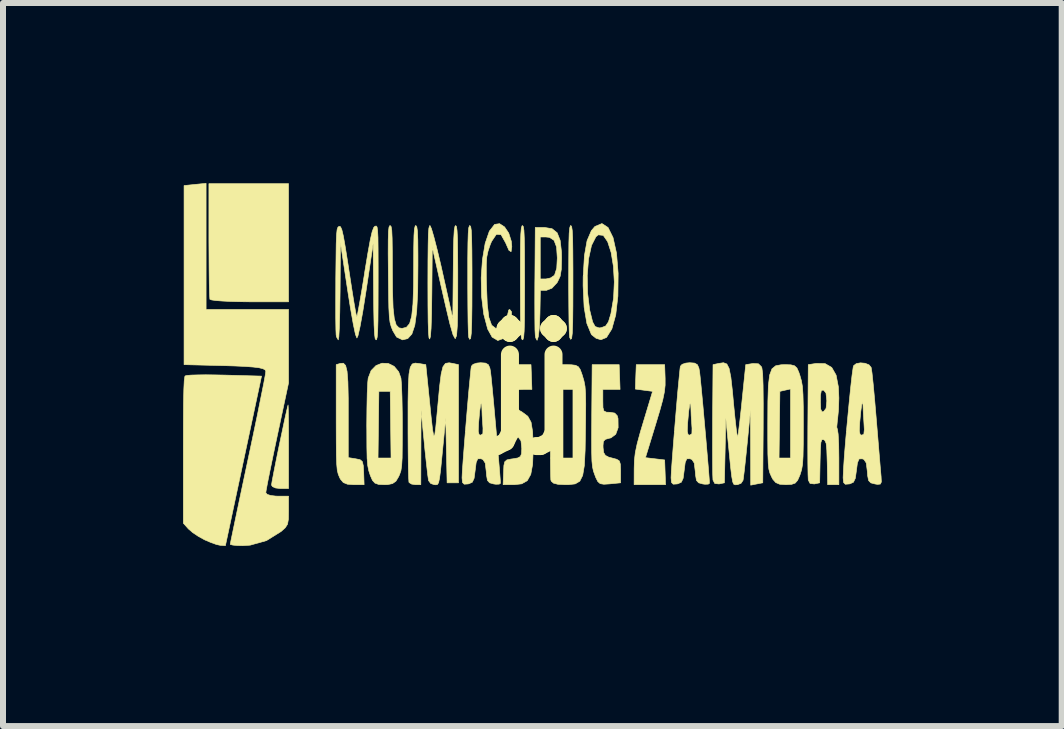
<source format=kicad_pcb>
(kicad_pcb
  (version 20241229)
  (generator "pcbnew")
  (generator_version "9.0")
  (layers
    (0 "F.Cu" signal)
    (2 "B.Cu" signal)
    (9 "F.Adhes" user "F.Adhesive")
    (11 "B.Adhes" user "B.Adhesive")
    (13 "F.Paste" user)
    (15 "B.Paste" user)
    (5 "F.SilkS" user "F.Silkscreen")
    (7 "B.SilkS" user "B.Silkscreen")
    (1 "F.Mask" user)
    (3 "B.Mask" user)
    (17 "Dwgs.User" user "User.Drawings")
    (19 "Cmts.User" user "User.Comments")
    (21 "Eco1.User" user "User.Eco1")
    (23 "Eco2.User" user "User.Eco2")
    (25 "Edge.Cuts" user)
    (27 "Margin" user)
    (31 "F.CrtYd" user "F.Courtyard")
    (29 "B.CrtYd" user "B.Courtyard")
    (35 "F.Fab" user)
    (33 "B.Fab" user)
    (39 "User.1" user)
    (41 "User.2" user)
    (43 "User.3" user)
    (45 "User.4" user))
  (footprint "jj"
    (layer "F.Cu")
    (at 5.81 3.185)
    (property "Reference" "jj" (at 0 0 0) (layer "F.SilkS") (effects (font (size 1.524 1.524) (thickness 0.3))))
    (attr through_hole)
    (fp_poly (pts (xy -4.052 -1.206) (xy -4.699 -1.206) (xy -4.87 -1.208) (xy -5.025 -1.212) (xy -5.158 -1.219) (xy -5.263 -1.227) (xy -5.333 -1.237) (xy -5.362 -1.248) (xy -5.363 -1.249) (xy -5.368 -1.324) (xy -5.373 -1.503) (xy -5.376 -1.762) (xy -5.378 -2.078) (xy -5.379 -2.233) (xy -5.379 -3.175) (xy -4.052 -3.175) (xy -4.052 -1.206)) (stroke (width 0.01) (type solid)) (fill yes) (layer "F.SilkS"))
    (fp_poly (pts (xy -4.057 0.562) (xy -4.054 0.713) (xy -4.052 0.942) (xy -4.052 1.196) (xy -4.052 1.905) (xy -4.194 1.905) (xy -4.269 1.896) (xy -4.32 1.873) (xy -4.336 1.847) (xy -4.325 1.778) (xy -4.296 1.626) (xy -4.255 1.42) (xy -4.207 1.185) (xy -4.157 0.949) (xy -4.113 0.74) (xy -4.078 0.585) (xy -4.06 0.513) (xy -4.057 0.562)) (stroke (width 0.01) (type solid)) (fill yes) (layer "F.SilkS"))
    (fp_poly (pts (xy -1.017 -2.459) (xy -1.007 -2.396) (xy -1.001 -2.268) (xy -0.997 -2.059) (xy -0.995 -1.75) (xy -0.995 -1.524) (xy -0.996 -1.134) (xy -1 -0.858) (xy -1.007 -0.683) (xy -1.018 -0.595) (xy -1.034 -0.581) (xy -1.05 -0.614) (xy -1.056 -0.689) (xy -1.061 -0.868) (xy -1.064 -1.126) (xy -1.066 -1.439) (xy -1.066 -1.566) (xy -1.066 -1.93) (xy -1.063 -2.184) (xy -1.058 -2.348) (xy -1.05 -2.438) (xy -1.037 -2.474) (xy -1.031 -2.477) (xy -1.017 -2.459)) (stroke (width 0.01) (type solid)) (fill yes) (layer "F.SilkS"))
    (fp_poly (pts (xy 0.665 -2.459) (xy 0.675 -2.396) (xy 0.682 -2.268) (xy 0.685 -2.059) (xy 0.687 -1.75) (xy 0.687 -1.524) (xy 0.686 -1.134) (xy 0.683 -0.858) (xy 0.676 -0.683) (xy 0.665 -0.595) (xy 0.648 -0.581) (xy 0.632 -0.614) (xy 0.626 -0.689) (xy 0.621 -0.868) (xy 0.618 -1.126) (xy 0.616 -1.439) (xy 0.616 -1.566) (xy 0.617 -1.93) (xy 0.619 -2.184) (xy 0.624 -2.348) (xy 0.633 -2.438) (xy 0.645 -2.474) (xy 0.652 -2.477) (xy 0.665 -2.459)) (stroke (width 0.01) (type solid)) (fill yes) (layer "F.SilkS"))
    (fp_poly (pts (xy 2.223 0.071) (xy 2.223 0.184) (xy 2.211 0.294) (xy 2.184 0.425) (xy 2.135 0.603) (xy 2.062 0.846) (xy 1.895 1.391) (xy 2.055 1.41) (xy 2.215 1.429) (xy 2.23 1.841) (xy 1.706 1.841) (xy 1.707 1.572) (xy 1.711 1.434) (xy 1.726 1.306) (xy 1.757 1.159) (xy 1.81 0.964) (xy 1.861 0.794) (xy 2.014 0.286) (xy 1.87 0.267) (xy 1.727 0.248) (xy 1.734 0.044) (xy 1.742 -0.159) (xy 2.215 -0.159) (xy 2.223 0.071)) (stroke (width 0.01) (type solid)) (fill yes) (layer "F.SilkS"))
    (fp_poly (pts (xy -0.14 -2.459) (xy -0.13 -2.396) (xy -0.124 -2.268) (xy -0.12 -2.059) (xy -0.119 -1.75) (xy -0.118 -1.524) (xy -0.119 -1.151) (xy -0.121 -0.888) (xy -0.126 -0.716) (xy -0.134 -0.618) (xy -0.146 -0.577) (xy -0.154 -0.572) (xy -0.168 -0.589) (xy -0.178 -0.652) (xy -0.184 -0.78) (xy -0.188 -0.989) (xy -0.189 -1.298) (xy -0.19 -1.524) (xy -0.189 -1.897) (xy -0.187 -2.16) (xy -0.182 -2.332) (xy -0.174 -2.43) (xy -0.162 -2.471) (xy -0.154 -2.477) (xy -0.14 -2.459)) (stroke (width 0.01) (type solid)) (fill yes) (layer "F.SilkS"))
    (fp_poly (pts (xy -5.278 0.012) (xy -5.124 0.015) (xy -4.502 0.032) (xy -4.803 1.445) (xy -5.104 2.857) (xy -5.188 2.852) (xy -5.253 2.838) (xy -5.345 2.805) (xy -5.446 2.762) (xy -5.456 2.757) (xy -5.557 2.701) (xy -5.651 2.638) (xy -5.718 2.58) (xy -5.723 2.575) (xy -5.805 2.483) (xy -5.805 1.271) (xy -5.804 0.823) (xy -5.802 0.488) (xy -5.797 0.255) (xy -5.79 0.109) (xy -5.78 0.039) (xy -5.775 0.029) (xy -5.744 0.021) (xy -5.672 0.015) (xy -5.566 0.012) (xy -5.433 0.01) (xy -5.278 0.012)) (stroke (width 0.01) (type solid)) (fill yes) (layer "F.SilkS"))
    (fp_poly (pts (xy -3.101 -0.145) (xy -3.077 -0.048) (xy -3.063 0.128) (xy -3.057 0.4) (xy -3.057 0.671) (xy -3.057 1.39) (xy -2.932 1.41) (xy -2.86 1.425) (xy -2.822 1.457) (xy -2.806 1.527) (xy -2.8 1.635) (xy -2.793 1.841) (xy -2.969 1.841) (xy -3.072 1.833) (xy -3.14 1.805) (xy -3.188 1.748) (xy -3.202 1.72) (xy -3.224 1.666) (xy -3.24 1.602) (xy -3.249 1.506) (xy -3.255 1.354) (xy -3.257 1.125) (xy -3.258 0.796) (xy -3.258 0.72) (xy -3.258 -0.159) (xy -3.191 -0.179) (xy -3.138 -0.183) (xy -3.101 -0.145)) (stroke (width 0.01) (type solid)) (fill yes) (layer "F.SilkS"))
    (fp_poly (pts (xy 0.66 -0.157) (xy 0.731 -0.148) (xy 0.777 -0.124) (xy 0.808 -0.078) (xy 0.836 -0.003) (xy 0.845 0.026) (xy 0.871 0.114) (xy 0.888 0.202) (xy 0.897 0.32) (xy 0.9 0.495) (xy 0.898 0.756) (xy 0.896 0.905) (xy 0.89 1.267) (xy 0.877 1.521) (xy 0.849 1.687) (xy 0.801 1.783) (xy 0.724 1.828) (xy 0.612 1.841) (xy 0.553 1.841) (xy 0.437 1.835) (xy 0.363 1.816) (xy 0.325 1.782) (xy 0.318 1.759) (xy 0.315 1.669) (xy 0.312 1.477) (xy 0.312 1.208) (xy 0.312 0.887) (xy 0.313 0.759) (xy 0.317 0.254) (xy 0.521 0.254) (xy 0.521 1.397) (xy 0.687 1.397) (xy 0.687 0.254) (xy 0.521 0.254) (xy 0.317 0.254) (xy 0.32 -0.159) (xy 0.553 -0.159) (xy 0.66 -0.157)) (stroke (width 0.01) (type solid)) (fill yes) (layer "F.SilkS"))
    (fp_poly (pts (xy 0.339 -2.424) (xy 0.424 -2.356) (xy 0.474 -2.229) (xy 0.496 -2.035) (xy 0.498 -1.934) (xy 0.493 -1.747) (xy 0.474 -1.632) (xy 0.43 -1.538) (xy 0.421 -1.523) (xy 0.337 -1.433) (xy 0.244 -1.397) (xy 0.144 -1.397) (xy 0.137 -1.005) (xy 0.128 -0.779) (xy 0.11 -0.627) (xy 0.089 -0.564) (xy 0.066 -0.606) (xy 0.059 -0.649) (xy 0.054 -0.742) (xy 0.052 -0.936) (xy 0.051 -1.204) (xy 0.052 -1.52) (xy 0.053 -1.591) (xy 0.058 -2.286) (xy 0.142 -2.286) (xy 0.142 -1.587) (xy 0.238 -1.587) (xy 0.312 -1.603) (xy 0.372 -1.643) (xy 0.381 -1.653) (xy 0.417 -1.766) (xy 0.426 -1.937) (xy 0.414 -2.119) (xy 0.372 -2.23) (xy 0.295 -2.28) (xy 0.238 -2.286) (xy 0.142 -2.286) (xy 0.058 -2.286) (xy 0.059 -2.445) (xy 0.214 -2.445) (xy 0.339 -2.424)) (stroke (width 0.01) (type solid)) (fill yes) (layer "F.SilkS"))
    (fp_poly (pts (xy -2.39 -0.179) (xy -2.293 -0.131) (xy -2.217 -0.04) (xy -2.179 0.066) (xy -2.17 0.175) (xy -2.162 0.379) (xy -2.157 0.647) (xy -2.156 0.88) (xy -2.157 1.187) (xy -2.159 1.393) (xy -2.167 1.525) (xy -2.18 1.61) (xy -2.202 1.673) (xy -2.219 1.71) (xy -2.263 1.783) (xy -2.32 1.823) (xy -2.402 1.84) (xy -2.457 1.841) (xy -2.551 1.837) (xy -2.612 1.815) (xy -2.654 1.769) (xy -2.69 1.687) (xy -2.69 1.686) (xy -2.716 1.607) (xy -2.733 1.521) (xy -2.743 1.399) (xy -2.743 1.397) (xy -2.561 1.397) (xy -2.344 1.397) (xy -2.358 0.286) (xy -2.547 0.286) (xy -2.561 1.397) (xy -2.743 1.397) (xy -2.747 1.213) (xy -2.748 0.934) (xy -2.749 0.856) (xy -2.746 0.565) (xy -2.741 0.313) (xy -2.732 0.133) (xy -2.725 0.066) (xy -2.676 -0.061) (xy -2.594 -0.144) (xy -2.495 -0.183) (xy -2.39 -0.179)) (stroke (width 0.01) (type solid)) (fill yes) (layer "F.SilkS"))
    (fp_poly (pts (xy -1.253 -2.458) (xy -1.244 -2.391) (xy -1.237 -2.258) (xy -1.234 -2.042) (xy -1.232 -1.725) (xy -1.232 -1.519) (xy -1.233 -1.105) (xy -1.239 -0.814) (xy -1.252 -0.643) (xy -1.275 -0.591) (xy -1.311 -0.656) (xy -1.363 -0.836) (xy -1.433 -1.13) (xy -1.486 -1.361) (xy -1.657 -2.117) (xy -1.664 -1.365) (xy -1.669 -1.006) (xy -1.677 -0.764) (xy -1.688 -0.627) (xy -1.7 -0.587) (xy -1.712 -0.606) (xy -1.72 -0.695) (xy -1.726 -0.869) (xy -1.729 -1.142) (xy -1.73 -1.519) (xy -1.729 -1.894) (xy -1.726 -2.16) (xy -1.722 -2.334) (xy -1.714 -2.432) (xy -1.702 -2.473) (xy -1.695 -2.477) (xy -1.671 -2.425) (xy -1.629 -2.282) (xy -1.574 -2.069) (xy -1.511 -1.804) (xy -1.488 -1.701) (xy -1.315 -0.926) (xy -1.308 -1.701) (xy -1.305 -2.036) (xy -1.299 -2.261) (xy -1.291 -2.398) (xy -1.279 -2.463) (xy -1.267 -2.477) (xy -1.253 -2.458)) (stroke (width 0.01) (type solid)) (fill yes) (layer "F.SilkS"))
    (fp_poly (pts (xy -0.453 -2.454) (xy -0.383 -2.35) (xy -0.34 -2.214) (xy -0.332 -2.125) (xy -0.344 -2.041) (xy -0.38 -2.064) (xy -0.436 -2.191) (xy -0.511 -2.324) (xy -0.589 -2.331) (xy -0.669 -2.212) (xy -0.692 -2.157) (xy -0.728 -2.051) (xy -0.749 -1.953) (xy -0.757 -1.826) (xy -0.757 -1.63) (xy -0.754 -1.496) (xy -0.741 -1.166) (xy -0.714 -0.945) (xy -0.668 -0.816) (xy -0.601 -0.765) (xy -0.575 -0.762) (xy -0.49 -0.79) (xy -0.429 -0.866) (xy -0.403 -0.975) (xy -0.403 -0.986) (xy -0.384 -1.069) (xy -0.367 -1.079) (xy -0.336 -1.039) (xy -0.337 -0.934) (xy -0.368 -0.793) (xy -0.39 -0.727) (xy -0.469 -0.597) (xy -0.565 -0.561) (xy -0.66 -0.618) (xy -0.734 -0.752) (xy -0.8 -1.002) (xy -0.836 -1.297) (xy -0.842 -1.609) (xy -0.821 -1.911) (xy -0.776 -2.179) (xy -0.706 -2.383) (xy -0.618 -2.496) (xy -0.536 -2.508) (xy -0.453 -2.454)) (stroke (width 0.01) (type solid)) (fill yes) (layer "F.SilkS"))
    (fp_poly (pts (xy 1.472 0.254) (xy 1.185 0.254) (xy 1.185 0.445) (xy 1.187 0.557) (xy 1.203 0.613) (xy 1.244 0.633) (xy 1.304 0.635) (xy 1.383 0.648) (xy 1.425 0.692) (xy 1.438 0.739) (xy 1.44 0.891) (xy 1.4 1.001) (xy 1.32 1.061) (xy 1.293 1.067) (xy 1.226 1.086) (xy 1.194 1.121) (xy 1.188 1.191) (xy 1.189 1.226) (xy 1.199 1.306) (xy 1.227 1.353) (xy 1.282 1.382) (xy 1.339 1.397) (xy 1.417 1.418) (xy 1.46 1.446) (xy 1.477 1.5) (xy 1.481 1.597) (xy 1.481 1.619) (xy 1.481 1.81) (xy 1.297 1.828) (xy 1.202 1.834) (xy 1.141 1.824) (xy 1.101 1.789) (xy 1.067 1.721) (xy 1.054 1.686) (xy 1.029 1.617) (xy 1.013 1.545) (xy 1.003 1.447) (xy 0.999 1.299) (xy 0.998 1.076) (xy 1 0.755) (xy 1 0.684) (xy 1.007 -0.159) (xy 1.457 -0.159) (xy 1.472 0.254)) (stroke (width 0.01) (type solid)) (fill yes) (layer "F.SilkS"))
    (fp_poly (pts (xy 1.272 -2.444) (xy 1.355 -2.276) (xy 1.413 -2.015) (xy 1.44 -1.68) (xy 1.436 -1.301) (xy 1.4 -0.988) (xy 1.335 -0.754) (xy 1.246 -0.612) (xy 1.153 -0.574) (xy 1.073 -0.598) (xy 1.003 -0.653) (xy 0.992 -0.667) (xy 0.919 -0.845) (xy 0.873 -1.117) (xy 0.856 -1.473) (xy 0.857 -1.627) (xy 0.859 -1.646) (xy 0.925 -1.646) (xy 0.931 -1.352) (xy 0.966 -1.068) (xy 1.015 -0.87) (xy 1.057 -0.794) (xy 1.123 -0.771) (xy 1.159 -0.775) (xy 1.232 -0.803) (xy 1.279 -0.873) (xy 1.32 -1.01) (xy 1.364 -1.267) (xy 1.376 -1.537) (xy 1.361 -1.798) (xy 1.323 -2.029) (xy 1.265 -2.208) (xy 1.192 -2.313) (xy 1.109 -2.322) (xy 1.07 -2.29) (xy 0.996 -2.145) (xy 0.947 -1.92) (xy 0.925 -1.646) (xy 0.859 -1.646) (xy 0.878 -1.975) (xy 0.922 -2.224) (xy 0.994 -2.392) (xy 1.053 -2.461) (xy 1.17 -2.51) (xy 1.272 -2.444)) (stroke (width 0.01) (type solid)) (fill yes) (layer "F.SilkS"))
    (fp_poly (pts (xy 0.003 0.254) (xy -0.141 0.254) (xy -0.22 0.257) (xy -0.263 0.276) (xy -0.281 0.32) (xy -0.284 0.404) (xy -0.284 0.408) (xy -0.279 0.5) (xy -0.255 0.56) (xy -0.201 0.607) (xy -0.154 0.635) (xy -0.065 0.702) (xy -0.011 0.8) (xy 0.015 0.959) (xy 0.024 1.209) (xy 0.024 1.261) (xy 0.015 1.502) (xy -0.016 1.67) (xy -0.074 1.774) (xy -0.167 1.827) (xy -0.289 1.841) (xy -0.477 1.841) (xy -0.469 1.635) (xy -0.464 1.522) (xy -0.449 1.459) (xy -0.413 1.428) (xy -0.345 1.414) (xy -0.314 1.41) (xy -0.233 1.396) (xy -0.189 1.372) (xy -0.17 1.325) (xy -0.166 1.243) (xy -0.166 1.236) (xy -0.179 1.11) (xy -0.226 1.047) (xy -0.231 1.043) (xy -0.354 0.953) (xy -0.435 0.846) (xy -0.48 0.705) (xy -0.495 0.515) (xy -0.488 0.321) (xy -0.466 0.104) (xy -0.424 -0.04) (xy -0.354 -0.122) (xy -0.25 -0.156) (xy -0.195 -0.159) (xy -0.012 -0.159) (xy 0.003 0.254)) (stroke (width 0.01) (type solid)) (fill yes) (layer "F.SilkS"))
    (fp_poly (pts (xy 4.318 -0.156) (xy 4.379 -0.14) (xy 4.419 -0.103) (xy 4.45 -0.034) (xy 4.468 0.019) (xy 4.494 0.11) (xy 4.511 0.208) (xy 4.52 0.342) (xy 4.525 0.541) (xy 4.526 0.837) (xy 4.526 0.864) (xy 4.525 1.165) (xy 4.521 1.368) (xy 4.513 1.501) (xy 4.497 1.592) (xy 4.473 1.67) (xy 4.467 1.686) (xy 4.431 1.768) (xy 4.39 1.815) (xy 4.329 1.836) (xy 4.236 1.841) (xy 4.234 1.841) (xy 4.133 1.834) (xy 4.066 1.806) (xy 4.017 1.75) (xy 3.996 1.71) (xy 3.969 1.649) (xy 3.951 1.582) (xy 3.941 1.485) (xy 3.938 1.397) (xy 4.121 1.397) (xy 4.312 1.397) (xy 4.312 0.246) (xy 4.223 0.266) (xy 4.135 0.286) (xy 4.121 1.397) (xy 3.938 1.397) (xy 3.935 1.331) (xy 3.933 1.097) (xy 3.933 0.831) (xy 3.935 0.457) (xy 3.943 0.191) (xy 3.964 0.015) (xy 4.003 -0.089) (xy 4.065 -0.14) (xy 4.155 -0.157) (xy 4.222 -0.159) (xy 4.318 -0.156)) (stroke (width 0.01) (type solid)) (fill yes) (layer "F.SilkS"))
    (fp_poly (pts (xy -1.915 -2.456) (xy -1.904 -2.381) (xy -1.898 -2.231) (xy -1.896 -1.986) (xy -1.896 -1.808) (xy -1.9 -1.371) (xy -1.917 -1.044) (xy -1.948 -0.815) (xy -1.997 -0.669) (xy -2.066 -0.593) (xy -2.153 -0.572) (xy -2.252 -0.619) (xy -2.315 -0.725) (xy -2.342 -0.793) (xy -2.361 -0.863) (xy -2.373 -0.961) (xy -2.381 -1.11) (xy -2.385 -1.337) (xy -2.389 -1.665) (xy -2.389 -1.677) (xy -2.392 -2.011) (xy -2.391 -2.239) (xy -2.387 -2.379) (xy -2.378 -2.451) (xy -2.365 -2.475) (xy -2.359 -2.477) (xy -2.343 -2.46) (xy -2.332 -2.396) (xy -2.326 -2.265) (xy -2.323 -2.045) (xy -2.322 -1.76) (xy -2.319 -1.379) (xy -2.31 -1.107) (xy -2.29 -0.926) (xy -2.258 -0.82) (xy -2.211 -0.772) (xy -2.161 -0.763) (xy -2.088 -0.781) (xy -2.035 -0.843) (xy -2 -0.967) (xy -1.979 -1.169) (xy -1.969 -1.467) (xy -1.967 -1.806) (xy -1.966 -2.111) (xy -1.962 -2.31) (xy -1.954 -2.423) (xy -1.941 -2.471) (xy -1.931 -2.477) (xy -1.915 -2.456)) (stroke (width 0.01) (type solid)) (fill yes) (layer "F.SilkS"))
    (fp_poly (pts (xy -5.426 -1.079) (xy -4.052 -1.079) (xy -4.052 0.145) (xy -4.241 1.031) (xy -4.305 1.335) (xy -4.36 1.601) (xy -4.402 1.81) (xy -4.426 1.941) (xy -4.431 1.975) (xy -4.409 2.002) (xy -4.351 2.021) (xy -4.268 2.031) (xy -4.241 2.032) (xy -4.052 2.032) (xy -4.052 2.274) (xy -4.054 2.415) (xy -4.069 2.5) (xy -4.107 2.559) (xy -4.176 2.621) (xy -4.42 2.773) (xy -4.692 2.849) (xy -4.816 2.857) (xy -4.908 2.855) (xy -4.98 2.848) (xy -5.019 2.838) (xy -5.023 2.834) (xy -5.012 2.774) (xy -4.98 2.62) (xy -4.931 2.385) (xy -4.868 2.085) (xy -4.794 1.736) (xy -4.727 1.421) (xy -4.646 1.038) (xy -4.573 0.689) (xy -4.513 0.39) (xy -4.466 0.157) (xy -4.438 0.005) (xy -4.431 -0.047) (xy -4.442 -0.071) (xy -4.478 -0.091) (xy -4.543 -0.107) (xy -4.64 -0.119) (xy -4.774 -0.129) (xy -4.949 -0.137) (xy -5.112 -0.142) (xy -5.793 -0.159) (xy -5.793 -3.143) (xy -5.61 -3.162) (xy -5.426 -3.18) (xy -5.426 -1.079)) (stroke (width 0.01) (type solid)) (fill yes) (layer "F.SilkS"))
    (fp_poly (pts (xy 4.889 -0.176) (xy 4.999 -0.112) (xy 5.072 0.016) (xy 5.11 0.213) (xy 5.118 0.397) (xy 5.112 0.591) (xy 5.097 0.746) (xy 5.094 0.762) (xy 5.083 0.883) (xy 5.094 0.921) (xy 5.106 0.999) (xy 5.115 1.169) (xy 5.118 1.393) (xy 5.118 1.401) (xy 5.118 1.841) (xy 4.931 1.841) (xy 4.924 1.476) (xy 4.917 1.267) (xy 4.906 1.153) (xy 4.884 1.104) (xy 4.864 1.091) (xy 4.835 1.091) (xy 4.818 1.138) (xy 4.81 1.261) (xy 4.805 1.441) (xy 4.798 1.81) (xy 4.709 1.829) (xy 4.638 1.821) (xy 4.608 1.763) (xy 4.604 1.671) (xy 4.601 1.478) (xy 4.6 1.208) (xy 4.601 0.887) (xy 4.602 0.759) (xy 4.604 0.445) (xy 4.81 0.445) (xy 4.815 0.582) (xy 4.837 0.627) (xy 4.863 0.624) (xy 4.905 0.569) (xy 4.917 0.445) (xy 4.903 0.314) (xy 4.863 0.265) (xy 4.826 0.27) (xy 4.812 0.346) (xy 4.81 0.445) (xy 4.604 0.445) (xy 4.608 -0.159) (xy 4.739 -0.179) (xy 4.889 -0.176)) (stroke (width 0.01) (type solid)) (fill yes) (layer "F.SilkS"))
    (fp_poly (pts (xy -1.313 -0.179) (xy -1.22 -0.159) (xy -1.22 1.81) (xy -1.41 1.81) (xy -1.433 0.73) (xy -1.464 1.048) (xy -1.496 1.373) (xy -1.518 1.595) (xy -1.536 1.733) (xy -1.552 1.808) (xy -1.571 1.838) (xy -1.596 1.843) (xy -1.623 1.841) (xy -1.682 1.822) (xy -1.719 1.774) (xy -1.72 1.769) (xy -1.733 1.677) (xy -1.754 1.495) (xy -1.78 1.256) (xy -1.79 1.149) (xy -1.844 0.603) (xy -1.846 1.222) (xy -1.848 1.841) (xy -1.939 1.841) (xy -2.002 1.831) (xy -2.042 1.806) (xy -2.046 1.799) (xy -2.051 1.724) (xy -2.056 1.545) (xy -2.059 1.288) (xy -2.061 0.975) (xy -2.061 0.854) (xy -2.061 0.465) (xy -2.056 0.185) (xy -2.045 -0.003) (xy -2.024 -0.115) (xy -1.991 -0.17) (xy -1.941 -0.185) (xy -1.88 -0.178) (xy -1.765 -0.159) (xy -1.71 0.381) (xy -1.676 0.714) (xy -1.652 0.928) (xy -1.633 1.026) (xy -1.616 1.011) (xy -1.599 0.886) (xy -1.577 0.654) (xy -1.564 0.514) (xy -1.535 0.203) (xy -1.509 -0.003) (xy -1.479 -0.124) (xy -1.437 -0.18) (xy -1.376 -0.19) (xy -1.313 -0.179)) (stroke (width 0.01) (type solid)) (fill yes) (layer "F.SilkS"))
    (fp_poly (pts (xy 3.251 -0.17) (xy 3.289 -0.096) (xy 3.318 0.05) (xy 3.345 0.289) (xy 3.362 0.478) (xy 3.387 0.73) (xy 3.409 0.924) (xy 3.425 1.033) (xy 3.432 1.048) (xy 3.444 0.973) (xy 3.465 0.805) (xy 3.491 0.572) (xy 3.506 0.425) (xy 3.566 -0.159) (xy 3.687 -0.178) (xy 3.778 -0.173) (xy 3.829 -0.122) (xy 3.835 -0.105) (xy 3.848 -0.01) (xy 3.855 0.187) (xy 3.858 0.493) (xy 3.857 0.898) (xy 3.85 1.81) (xy 3.75 1.829) (xy 3.649 1.849) (xy 3.647 1.226) (xy 3.645 0.603) (xy 3.591 1.149) (xy 3.565 1.403) (xy 3.542 1.612) (xy 3.525 1.744) (xy 3.521 1.769) (xy 3.488 1.818) (xy 3.429 1.841) (xy 3.423 1.841) (xy 3.39 1.843) (xy 3.367 1.834) (xy 3.349 1.795) (xy 3.333 1.707) (xy 3.314 1.55) (xy 3.29 1.305) (xy 3.265 1.048) (xy 3.234 0.73) (xy 3.211 1.81) (xy 3.121 1.829) (xy 3.05 1.821) (xy 3.02 1.763) (xy 3.016 1.671) (xy 3.014 1.478) (xy 3.013 1.208) (xy 3.014 0.887) (xy 3.014 0.759) (xy 3.021 -0.159) (xy 3.114 -0.179) (xy 3.195 -0.191) (xy 3.251 -0.17)) (stroke (width 0.01) (type solid)) (fill yes) (layer "F.SilkS"))
    (fp_poly (pts (xy -0.77 -0.185) (xy -0.723 -0.159) (xy -0.698 -0.104) (xy -0.687 -0.048) (xy -0.676 0.05) (xy -0.657 0.24) (xy -0.633 0.495) (xy -0.607 0.787) (xy -0.58 1.088) (xy -0.556 1.371) (xy -0.536 1.606) (xy -0.524 1.765) (xy -0.521 1.818) (xy -0.542 1.832) (xy -0.596 1.834) (xy -0.634 1.829) (xy -0.702 1.81) (xy -0.738 1.77) (xy -0.753 1.683) (xy -0.758 1.619) (xy -0.775 1.481) (xy -0.813 1.422) (xy -0.846 1.409) (xy -0.899 1.41) (xy -0.926 1.472) (xy -0.942 1.6) (xy -0.96 1.735) (xy -0.99 1.8) (xy -1.048 1.826) (xy -1.062 1.829) (xy -1.125 1.833) (xy -1.154 1.804) (xy -1.161 1.727) (xy -1.161 1.725) (xy -1.156 1.619) (xy -1.142 1.422) (xy -1.122 1.162) (xy -1.105 0.951) (xy -0.891 0.951) (xy -0.877 1.008) (xy -0.85 1.016) (xy -0.814 0.992) (xy -0.812 0.899) (xy -0.814 0.873) (xy -0.826 0.69) (xy -0.83 0.572) (xy -0.836 0.482) (xy -0.849 0.5) (xy -0.866 0.608) (xy -0.883 0.791) (xy -0.885 0.81) (xy -0.891 0.951) (xy -1.105 0.951) (xy -1.098 0.867) (xy -1.073 0.566) (xy -1.049 0.287) (xy -1.027 0.059) (xy -1.012 -0.091) (xy -1.006 -0.133) (xy -0.977 -0.164) (xy -0.915 -0.185) (xy -0.851 -0.191) (xy -0.77 -0.185)) (stroke (width 0.01) (type solid)) (fill yes) (layer "F.SilkS"))
    (fp_poly (pts (xy 2.713 -0.185) (xy 2.76 -0.159) (xy 2.785 -0.104) (xy 2.796 -0.048) (xy 2.807 0.05) (xy 2.826 0.24) (xy 2.85 0.495) (xy 2.876 0.787) (xy 2.903 1.088) (xy 2.927 1.371) (xy 2.947 1.606) (xy 2.959 1.765) (xy 2.962 1.818) (xy 2.941 1.832) (xy 2.887 1.834) (xy 2.849 1.829) (xy 2.781 1.81) (xy 2.745 1.77) (xy 2.73 1.683) (xy 2.725 1.619) (xy 2.708 1.481) (xy 2.67 1.422) (xy 2.637 1.409) (xy 2.584 1.41) (xy 2.557 1.472) (xy 2.541 1.6) (xy 2.523 1.735) (xy 2.493 1.8) (xy 2.435 1.826) (xy 2.421 1.829) (xy 2.358 1.833) (xy 2.329 1.804) (xy 2.322 1.727) (xy 2.322 1.725) (xy 2.327 1.619) (xy 2.341 1.422) (xy 2.361 1.162) (xy 2.378 0.951) (xy 2.592 0.951) (xy 2.606 1.008) (xy 2.633 1.016) (xy 2.669 0.992) (xy 2.671 0.899) (xy 2.669 0.873) (xy 2.657 0.69) (xy 2.653 0.572) (xy 2.647 0.482) (xy 2.634 0.5) (xy 2.617 0.608) (xy 2.6 0.791) (xy 2.598 0.81) (xy 2.592 0.951) (xy 2.378 0.951) (xy 2.385 0.867) (xy 2.41 0.566) (xy 2.434 0.287) (xy 2.456 0.059) (xy 2.471 -0.091) (xy 2.477 -0.133) (xy 2.506 -0.164) (xy 2.568 -0.185) (xy 2.632 -0.191) (xy 2.713 -0.185)) (stroke (width 0.01) (type solid)) (fill yes) (layer "F.SilkS"))
    (fp_poly (pts (xy 5.554 -0.182) (xy 5.62 -0.156) (xy 5.656 -0.112) (xy 5.656 -0.111) (xy 5.67 -0.022) (xy 5.69 0.166) (xy 5.714 0.426) (xy 5.74 0.731) (xy 5.744 0.779) (xy 5.77 1.094) (xy 5.793 1.374) (xy 5.811 1.589) (xy 5.822 1.712) (xy 5.822 1.719) (xy 5.826 1.796) (xy 5.809 1.831) (xy 5.761 1.836) (xy 5.719 1.829) (xy 5.65 1.811) (xy 5.613 1.772) (xy 5.597 1.69) (xy 5.592 1.619) (xy 5.574 1.479) (xy 5.535 1.42) (xy 5.507 1.41) (xy 5.455 1.412) (xy 5.427 1.478) (xy 5.411 1.6) (xy 5.392 1.735) (xy 5.361 1.8) (xy 5.302 1.827) (xy 5.289 1.829) (xy 5.225 1.834) (xy 5.196 1.804) (xy 5.189 1.728) (xy 5.189 1.723) (xy 5.195 1.587) (xy 5.209 1.37) (xy 5.231 1.1) (xy 5.244 0.951) (xy 5.459 0.951) (xy 5.473 1.008) (xy 5.501 1.016) (xy 5.534 0.999) (xy 5.542 0.923) (xy 5.536 0.818) (xy 5.525 0.643) (xy 5.52 0.516) (xy 5.514 0.46) (xy 5.5 0.502) (xy 5.483 0.62) (xy 5.467 0.789) (xy 5.465 0.81) (xy 5.459 0.951) (xy 5.244 0.951) (xy 5.258 0.802) (xy 5.286 0.506) (xy 5.313 0.236) (xy 5.337 0.021) (xy 5.356 -0.112) (xy 5.363 -0.141) (xy 5.408 -0.176) (xy 5.478 -0.189) (xy 5.554 -0.182)) (stroke (width 0.01) (type solid)) (fill yes) (layer "F.SilkS"))
    (fp_poly (pts (xy -2.577 -2.452) (xy -2.568 -2.394) (xy -2.562 -2.278) (xy -2.56 -2.084) (xy -2.559 -1.795) (xy -2.559 -1.528) (xy -2.56 -1.154) (xy -2.562 -0.888) (xy -2.567 -0.715) (xy -2.575 -0.617) (xy -2.586 -0.576) (xy -2.594 -0.572) (xy -2.609 -0.593) (xy -2.619 -0.669) (xy -2.627 -0.819) (xy -2.632 -1.061) (xy -2.635 -1.374) (xy -2.642 -2.177) (xy -2.76 -1.39) (xy -2.815 -1.043) (xy -2.861 -0.79) (xy -2.895 -0.641) (xy -2.913 -0.603) (xy -2.937 -0.662) (xy -2.973 -0.832) (xy -3.021 -1.104) (xy -3.067 -1.397) (xy -3.187 -2.191) (xy -3.193 -1.381) (xy -3.198 -1.042) (xy -3.205 -0.784) (xy -3.214 -0.622) (xy -3.224 -0.572) (xy -3.253 -0.622) (xy -3.259 -0.654) (xy -3.263 -0.745) (xy -3.266 -0.938) (xy -3.266 -1.204) (xy -3.265 -1.519) (xy -3.265 -1.591) (xy -3.261 -1.935) (xy -3.258 -2.172) (xy -3.252 -2.324) (xy -3.243 -2.409) (xy -3.229 -2.449) (xy -3.209 -2.464) (xy -3.209 -2.464) (xy -3.186 -2.457) (xy -3.164 -2.408) (xy -3.138 -2.298) (xy -3.105 -2.109) (xy -3.06 -1.825) (xy -3.044 -1.718) (xy -3 -1.432) (xy -2.962 -1.195) (xy -2.933 -1.029) (xy -2.916 -0.954) (xy -2.915 -0.953) (xy -2.901 -1.007) (xy -2.873 -1.158) (xy -2.834 -1.381) (xy -2.789 -1.656) (xy -2.783 -1.699) (xy -2.73 -2.019) (xy -2.69 -2.239) (xy -2.659 -2.375) (xy -2.632 -2.445) (xy -2.612 -2.465) (xy -2.591 -2.469) (xy -2.577 -2.452)) (stroke (width 0.01) (type solid)) (fill yes) (layer "F.SilkS")))
  (gr_rect
    (start -3 -3)
    (end 14.641 9.048)
    (stroke (width 0.1) (type default))
    (fill no)
    (layer "Edge.Cuts")))
</source>
